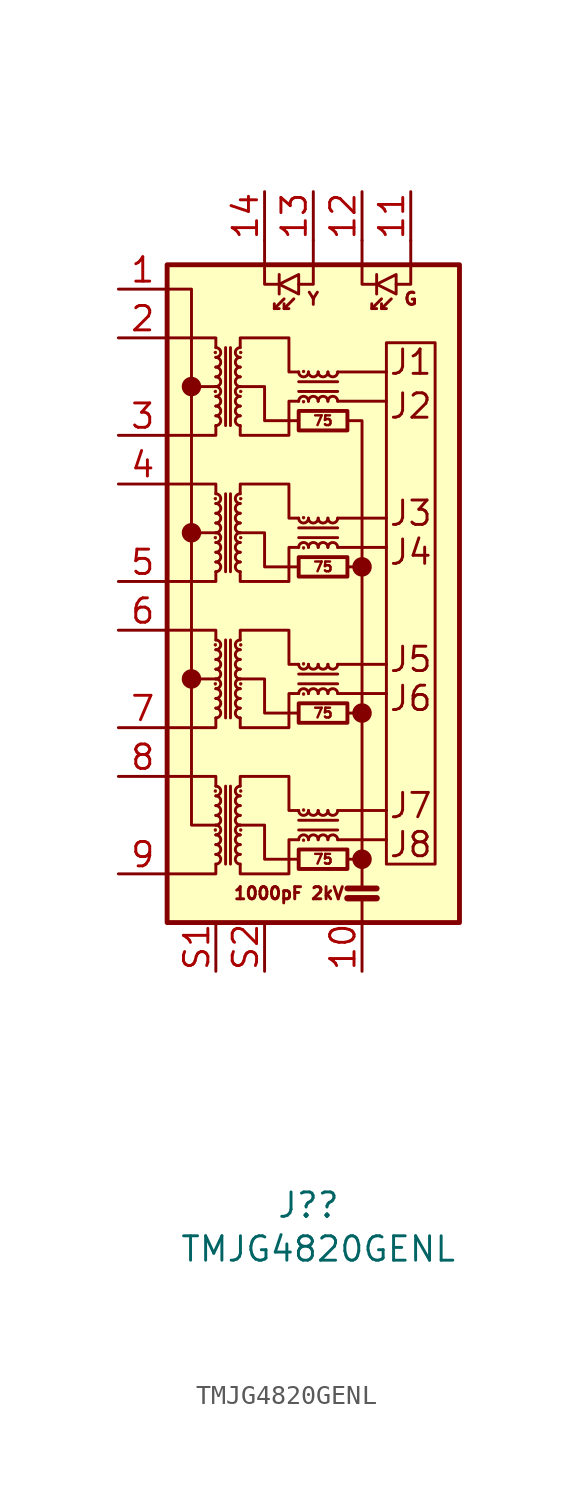
<source format=kicad_sym>
(kicad_symbol_lib
  (version 20241209)
  (generator "kicad_symbol_editor")
  (generator_version "9.0")
  (symbol "TMJG4820GENL"
    (pin_names
      (offset 0)
      (hide yes))
    (property "Reference" "J?"
      (at -0.254 -28.702 0)
      (effects (font (size 1.27 1.27))))
    (property "Value" "TMJG4820GENL"
      (at 0.254 -30.988 0)
      (effects (font (size 1.27 1.27))))
    (symbol "TMJG4820GENL_0_0"
      (circle (center -6.35 13.97) (radius 0.0001) (stroke (width 0.508) (type default)) (fill (type none)))
      (polyline (pts (xy -6.35 13.97) (xy -5.08 13.97)) (stroke (width 0) (type default)) (fill (type none)))
      (circle (center -6.35 6.35) (radius 0.0001) (stroke (width 0.508) (type default)) (fill (type none)))
      (circle (center -6.35 -1.27) (radius 0.0001) (stroke (width 0.508) (type default)) (fill (type none)))
      (polyline (pts (xy -6.35 -1.27) (xy -5.08 -1.27)) (stroke (width 0) (type default)) (fill (type none)))
      (polyline (pts (xy -5.08 6.35) (xy -6.35 6.35)) (stroke (width 0) (type default)) (fill (type none)))
      (polyline (pts (xy -0.762 12.192) (xy -2.54 12.192) (xy -2.54 13.97) (xy -3.81 13.97)) (stroke (width 0) (type default)) (fill (type none)))
      (polyline (pts (xy -0.762 4.572) (xy -2.54 4.572) (xy -2.54 6.35) (xy -3.81 6.35)) (stroke (width 0) (type default)) (fill (type none)))
      (polyline (pts (xy -0.762 -3.048) (xy -2.54 -3.048) (xy -2.54 -1.27) (xy -3.81 -1.27)) (stroke (width 0) (type default)) (fill (type none)))
      (polyline (pts (xy -0.762 -10.668) (xy -2.54 -10.668) (xy -2.54 -8.89) (xy -3.81 -8.89)) (stroke (width 0) (type default)) (fill (type none)))
      (polyline (pts (xy 1.27 14.732) (xy 3.81 14.732)) (stroke (width 0) (type default)) (fill (type none)))
      (polyline (pts (xy 1.27 13.208) (xy 3.81 13.208)) (stroke (width 0) (type default)) (fill (type none)))
      (polyline (pts (xy 1.27 7.112) (xy 3.81 7.112)) (stroke (width 0) (type default)) (fill (type none)))
      (polyline (pts (xy 1.27 5.588) (xy 3.81 5.588)) (stroke (width 0) (type default)) (fill (type none)))
      (polyline (pts (xy 1.27 -0.508) (xy 3.81 -0.508)) (stroke (width 0) (type default)) (fill (type none)))
      (polyline (pts (xy 1.27 -2.032) (xy 3.81 -2.032)) (stroke (width 0) (type default)) (fill (type none)))
      (polyline (pts (xy 1.27 -8.128) (xy 3.81 -8.128)) (stroke (width 0) (type default)) (fill (type none)))
      (polyline (pts (xy 1.27 -9.652) (xy 3.81 -9.652)) (stroke (width 0) (type default)) (fill (type none)))
      (polyline (pts (xy 1.778 -10.668) (xy 2.54 -10.668)) (stroke (width 0) (type default)) (fill (type none)))
      (circle (center 2.54 4.572) (radius 0.0001) (stroke (width 0.508) (type default)) (fill (type none)))
      (circle (center 2.54 -3.048) (radius 0.0001) (stroke (width 0.508) (type default)) (fill (type none)))
      (circle (center 2.54 -10.668) (radius 0.0001) (stroke (width 0.508) (type default)) (fill (type none)))
      (text "1000pF 2kV" (at -1.27 -12.446 0) (effects (font (size 0.635 0.635))))
      (text "75" (at 0.508 12.192 0) (effects (font (size 0.508 0.508))))
      (text "75" (at 0.508 4.572 0) (effects (font (size 0.508 0.508))))
      (text "75" (at 0.508 -3.048 0) (effects (font (size 0.508 0.508))))
      (text "75" (at 0.508 -10.668 0) (effects (font (size 0.508 0.508))))
      (text "J1" (at 5.08 15.24 0) (effects (font (size 1.27 1.27))))
      (text "J2" (at 5.08 12.954 0) (effects (font (size 1.27 1.27))))
      (text "J3" (at 5.08 7.366 0) (effects (font (size 1.27 1.27))))
      (text "J4" (at 5.08 5.334 0) (effects (font (size 1.27 1.27))))
      (text "J5" (at 5.08 -0.254 0) (effects (font (size 1.27 1.27))))
      (text "J6" (at 5.08 -2.286 0) (effects (font (size 1.27 1.27))))
      (text "J7" (at 5.08 -7.874 0) (effects (font (size 1.27 1.27))))
      (text "J8" (at 5.08 -9.906 0) (effects (font (size 1.27 1.27)))))
    (symbol "TMJG4820GENL_0_1"
      (polyline (pts (xy -7.62 19.05) (xy -6.35 19.05) (xy -6.35 -8.89) (xy -5.08 -8.89)) (stroke (width 0) (type default)) (fill (type none)))
      (circle (center -5.105 15.748) (radius 0.076) (stroke (width 0.025) (type default)) (fill (type outline)))
      (circle (center -5.105 13.716) (radius 0.076) (stroke (width 0.025) (type default)) (fill (type outline)))
      (circle (center -5.105 8.128) (radius 0.076) (stroke (width 0.025) (type default)) (fill (type outline)))
      (circle (center -5.105 6.096) (radius 0.076) (stroke (width 0.025) (type default)) (fill (type outline)))
      (circle (center -5.105 0.508) (radius 0.076) (stroke (width 0.025) (type default)) (fill (type outline)))
      (circle (center -5.105 -1.524) (radius 0.076) (stroke (width 0.025) (type default)) (fill (type outline)))
      (circle (center -5.105 -7.112) (radius 0.076) (stroke (width 0.025) (type default)) (fill (type outline)))
      (circle (center -5.105 -9.144) (radius 0.076) (stroke (width 0.025) (type default)) (fill (type outline)))
      (arc (start -5.08 16.002) (mid -4.827 15.748) (end -5.08 15.494) (stroke (width 0) (type default)) (fill (type none)))
      (arc (start -5.08 14.986) (mid -4.827 14.732) (end -5.08 14.478) (stroke (width 0) (type default)) (fill (type none)))
      (arc (start -5.08 14.478) (mid -4.827 14.224) (end -5.08 13.97) (stroke (width 0) (type default)) (fill (type none)))
      (arc (start -5.08 13.97) (mid -4.827 13.716) (end -5.08 13.462) (stroke (width 0) (type default)) (fill (type none)))
      (arc (start -5.08 13.462) (mid -4.827 13.208) (end -5.08 12.954) (stroke (width 0) (type default)) (fill (type none)))
      (arc (start -5.08 12.446) (mid -4.827 12.192) (end -5.08 11.938) (stroke (width 0) (type default)) (fill (type none)))
      (arc (start -5.08 8.382) (mid -4.827 8.128) (end -5.08 7.874) (stroke (width 0) (type default)) (fill (type none)))
      (arc (start -5.08 7.366) (mid -4.827 7.112) (end -5.08 6.858) (stroke (width 0) (type default)) (fill (type none)))
      (arc (start -5.08 6.858) (mid -4.827 6.604) (end -5.08 6.35) (stroke (width 0) (type default)) (fill (type none)))
      (arc (start -5.08 6.35) (mid -4.827 6.096) (end -5.08 5.842) (stroke (width 0) (type default)) (fill (type none)))
      (arc (start -5.08 5.842) (mid -4.827 5.588) (end -5.08 5.334) (stroke (width 0) (type default)) (fill (type none)))
      (arc (start -5.08 4.826) (mid -4.827 4.572) (end -5.08 4.318) (stroke (width 0) (type default)) (fill (type none)))
      (arc (start -5.08 0.762) (mid -4.827 0.508) (end -5.08 0.254) (stroke (width 0) (type default)) (fill (type none)))
      (arc (start -5.08 -0.254) (mid -4.827 -0.508) (end -5.08 -0.762) (stroke (width 0) (type default)) (fill (type none)))
      (arc (start -5.08 -0.762) (mid -4.827 -1.016) (end -5.08 -1.27) (stroke (width 0) (type default)) (fill (type none)))
      (arc (start -5.08 -1.27) (mid -4.827 -1.524) (end -5.08 -1.778) (stroke (width 0) (type default)) (fill (type none)))
      (arc (start -5.08 -1.778) (mid -4.827 -2.032) (end -5.08 -2.286) (stroke (width 0) (type default)) (fill (type none)))
      (arc (start -5.08 -2.794) (mid -4.827 -3.048) (end -5.08 -3.302) (stroke (width 0) (type default)) (fill (type none)))
      (arc (start -5.08 -6.858) (mid -4.827 -7.112) (end -5.08 -7.366) (stroke (width 0) (type default)) (fill (type none)))
      (arc (start -5.08 -7.874) (mid -4.827 -8.128) (end -5.08 -8.382) (stroke (width 0) (type default)) (fill (type none)))
      (arc (start -5.08 -8.382) (mid -4.827 -8.636) (end -5.08 -8.89) (stroke (width 0) (type default)) (fill (type none)))
      (arc (start -5.08 -8.89) (mid -4.827 -9.144) (end -5.08 -9.398) (stroke (width 0) (type default)) (fill (type none)))
      (arc (start -5.08 -9.398) (mid -4.827 -9.652) (end -5.08 -9.906) (stroke (width 0) (type default)) (fill (type none)))
      (arc (start -5.08 -10.414) (mid -4.827 -10.668) (end -5.08 -10.922) (stroke (width 0) (type default)) (fill (type none)))
      (polyline (pts (xy -5.08 16.002) (xy -5.08 16.51) (xy -7.62 16.51)) (stroke (width 0) (type default)) (fill (type none)))
      (arc (start -5.08 15.494) (mid -4.826 15.24) (end -5.08 14.986) (stroke (width 0) (type default)) (fill (type none)))
      (arc (start -5.08 12.954) (mid -4.826 12.7) (end -5.08 12.446) (stroke (width 0) (type default)) (fill (type none)))
      (polyline (pts (xy -5.08 11.938) (xy -5.08 11.43) (xy -7.62 11.43)) (stroke (width 0) (type default)) (fill (type none)))
      (polyline (pts (xy -5.08 8.382) (xy -5.08 8.89) (xy -7.62 8.89)) (stroke (width 0) (type default)) (fill (type none)))
      (arc (start -5.08 7.874) (mid -4.826 7.62) (end -5.08 7.366) (stroke (width 0) (type default)) (fill (type none)))
      (arc (start -5.08 5.334) (mid -4.826 5.08) (end -5.08 4.826) (stroke (width 0) (type default)) (fill (type none)))
      (polyline (pts (xy -5.08 4.318) (xy -5.08 3.81) (xy -7.62 3.81)) (stroke (width 0) (type default)) (fill (type none)))
      (polyline (pts (xy -5.08 0.762) (xy -5.08 1.27) (xy -7.62 1.27)) (stroke (width 0) (type default)) (fill (type none)))
      (arc (start -5.08 0.254) (mid -4.826 0) (end -5.08 -0.254) (stroke (width 0) (type default)) (fill (type none)))
      (arc (start -5.08 -2.286) (mid -4.826 -2.54) (end -5.08 -2.794) (stroke (width 0) (type default)) (fill (type none)))
      (polyline (pts (xy -5.08 -3.302) (xy -5.08 -3.81) (xy -7.62 -3.81)) (stroke (width 0) (type default)) (fill (type none)))
      (polyline (pts (xy -5.08 -6.858) (xy -5.08 -6.35) (xy -7.62 -6.35)) (stroke (width 0) (type default)) (fill (type none)))
      (arc (start -5.08 -7.366) (mid -4.826 -7.62) (end -5.08 -7.874) (stroke (width 0) (type default)) (fill (type none)))
      (arc (start -5.08 -9.906) (mid -4.826 -10.16) (end -5.08 -10.414) (stroke (width 0) (type default)) (fill (type none)))
      (polyline (pts (xy -5.08 -10.922) (xy -5.08 -11.43) (xy -7.62 -11.43)) (stroke (width 0) (type default)) (fill (type none)))
      (polyline (pts (xy -4.572 11.938) (xy -4.572 16.002)) (stroke (width 0) (type default)) (fill (type none)))
      (polyline (pts (xy -4.572 4.318) (xy -4.572 8.382)) (stroke (width 0) (type default)) (fill (type none)))
      (polyline (pts (xy -4.572 -3.302) (xy -4.572 0.762)) (stroke (width 0) (type default)) (fill (type none)))
      (polyline (pts (xy -4.572 -10.922) (xy -4.572 -6.858)) (stroke (width 0) (type default)) (fill (type none)))
      (polyline (pts (xy -4.318 16.002) (xy -4.318 11.938)) (stroke (width 0) (type default)) (fill (type none)))
      (polyline (pts (xy -4.318 8.382) (xy -4.318 4.318)) (stroke (width 0) (type default)) (fill (type none)))
      (polyline (pts (xy -4.318 0.762) (xy -4.318 -3.302)) (stroke (width 0) (type default)) (fill (type none)))
      (polyline (pts (xy -4.318 -6.858) (xy -4.318 -10.922)) (stroke (width 0) (type default)) (fill (type none)))
      (polyline (pts (xy -3.81 11.938) (xy -3.81 11.43) (xy -1.27 11.43) (xy -1.27 13.208) (xy -0.762 13.208)) (stroke (width 0) (type default)) (fill (type none)))
      (polyline (pts (xy -3.81 4.318) (xy -3.81 3.81) (xy -1.27 3.81) (xy -1.27 5.588) (xy -0.762 5.588)) (stroke (width 0) (type default)) (fill (type none)))
      (polyline (pts (xy -3.81 -3.302) (xy -3.81 -3.81) (xy -1.27 -3.81) (xy -1.27 -2.032) (xy -0.762 -2.032)) (stroke (width 0) (type default)) (fill (type none)))
      (polyline (pts (xy -3.81 -10.922) (xy -3.81 -11.43) (xy -1.27 -11.43) (xy -1.27 -9.652) (xy -0.762 -9.652)) (stroke (width 0) (type default)) (fill (type none)))
      (arc (start -3.81 15.494) (mid -4.063 15.748) (end -3.81 16.002) (stroke (width 0) (type default)) (fill (type none)))
      (arc (start -3.81 14.986) (mid -4.063 15.24) (end -3.81 15.494) (stroke (width 0) (type default)) (fill (type none)))
      (arc (start -3.81 14.478) (mid -4.063 14.732) (end -3.81 14.986) (stroke (width 0) (type default)) (fill (type none)))
      (arc (start -3.81 13.97) (mid -4.063 14.224) (end -3.81 14.478) (stroke (width 0) (type default)) (fill (type none)))
      (arc (start -3.81 13.462) (mid -4.063 13.716) (end -3.81 13.97) (stroke (width 0) (type default)) (fill (type none)))
      (arc (start -3.81 12.954) (mid -4.063 13.208) (end -3.81 13.462) (stroke (width 0) (type default)) (fill (type none)))
      (arc (start -3.81 12.446) (mid -4.063 12.7) (end -3.81 12.954) (stroke (width 0) (type default)) (fill (type none)))
      (arc (start -3.81 11.938) (mid -4.063 12.192) (end -3.81 12.446) (stroke (width 0) (type default)) (fill (type none)))
      (arc (start -3.81 7.874) (mid -4.063 8.128) (end -3.81 8.382) (stroke (width 0) (type default)) (fill (type none)))
      (arc (start -3.81 7.366) (mid -4.063 7.62) (end -3.81 7.874) (stroke (width 0) (type default)) (fill (type none)))
      (arc (start -3.81 6.858) (mid -4.063 7.112) (end -3.81 7.366) (stroke (width 0) (type default)) (fill (type none)))
      (arc (start -3.81 6.35) (mid -4.063 6.604) (end -3.81 6.858) (stroke (width 0) (type default)) (fill (type none)))
      (arc (start -3.81 5.842) (mid -4.063 6.096) (end -3.81 6.35) (stroke (width 0) (type default)) (fill (type none)))
      (arc (start -3.81 5.334) (mid -4.063 5.588) (end -3.81 5.842) (stroke (width 0) (type default)) (fill (type none)))
      (arc (start -3.81 4.826) (mid -4.063 5.08) (end -3.81 5.334) (stroke (width 0) (type default)) (fill (type none)))
      (arc (start -3.81 4.318) (mid -4.063 4.572) (end -3.81 4.826) (stroke (width 0) (type default)) (fill (type none)))
      (arc (start -3.81 0.254) (mid -4.063 0.508) (end -3.81 0.762) (stroke (width 0) (type default)) (fill (type none)))
      (arc (start -3.81 -0.254) (mid -4.063 0) (end -3.81 0.254) (stroke (width 0) (type default)) (fill (type none)))
      (arc (start -3.81 -0.762) (mid -4.063 -0.508) (end -3.81 -0.254) (stroke (width 0) (type default)) (fill (type none)))
      (arc (start -3.81 -1.27) (mid -4.063 -1.016) (end -3.81 -0.762) (stroke (width 0) (type default)) (fill (type none)))
      (arc (start -3.81 -1.778) (mid -4.063 -1.524) (end -3.81 -1.27) (stroke (width 0) (type default)) (fill (type none)))
      (arc (start -3.81 -2.286) (mid -4.063 -2.032) (end -3.81 -1.778) (stroke (width 0) (type default)) (fill (type none)))
      (arc (start -3.81 -2.794) (mid -4.063 -2.54) (end -3.81 -2.286) (stroke (width 0) (type default)) (fill (type none)))
      (arc (start -3.81 -3.302) (mid -4.063 -3.048) (end -3.81 -2.794) (stroke (width 0) (type default)) (fill (type none)))
      (arc (start -3.81 -7.366) (mid -4.063 -7.112) (end -3.81 -6.858) (stroke (width 0) (type default)) (fill (type none)))
      (arc (start -3.81 -7.874) (mid -4.063 -7.62) (end -3.81 -7.366) (stroke (width 0) (type default)) (fill (type none)))
      (arc (start -3.81 -8.382) (mid -4.063 -8.128) (end -3.81 -7.874) (stroke (width 0) (type default)) (fill (type none)))
      (arc (start -3.81 -8.89) (mid -4.063 -8.636) (end -3.81 -8.382) (stroke (width 0) (type default)) (fill (type none)))
      (arc (start -3.81 -9.398) (mid -4.063 -9.144) (end -3.81 -8.89) (stroke (width 0) (type default)) (fill (type none)))
      (arc (start -3.81 -9.906) (mid -4.063 -9.652) (end -3.81 -9.398) (stroke (width 0) (type default)) (fill (type none)))
      (arc (start -3.81 -10.414) (mid -4.063 -10.16) (end -3.81 -9.906) (stroke (width 0) (type default)) (fill (type none)))
      (arc (start -3.81 -10.922) (mid -4.063 -10.668) (end -3.81 -10.414) (stroke (width 0) (type default)) (fill (type none)))
      (circle (center -3.785 15.748) (radius 0.076) (stroke (width 0.025) (type default)) (fill (type outline)))
      (circle (center -3.785 13.716) (radius 0.076) (stroke (width 0.025) (type default)) (fill (type outline)))
      (circle (center -3.785 8.128) (radius 0.076) (stroke (width 0.025) (type default)) (fill (type outline)))
      (circle (center -3.785 6.096) (radius 0.076) (stroke (width 0.025) (type default)) (fill (type outline)))
      (circle (center -3.785 0.508) (radius 0.076) (stroke (width 0.025) (type default)) (fill (type outline)))
      (circle (center -3.785 -1.524) (radius 0.076) (stroke (width 0.025) (type default)) (fill (type outline)))
      (circle (center -3.785 -7.112) (radius 0.076) (stroke (width 0.025) (type default)) (fill (type outline)))
      (circle (center -3.785 -9.144) (radius 0.076) (stroke (width 0.025) (type default)) (fill (type outline)))
      (polyline (pts (xy -2.54 21.59) (xy -2.54 19.304) (xy -1.778 19.304)) (stroke (width 0) (type default)) (fill (type none)))
      (polyline (pts (xy -2.032 18.288) (xy -2.032 18.034) (xy -1.778 18.034)) (stroke (width 0) (type default)) (fill (type none)))
      (polyline (pts (xy -2.032 18.034) (xy -1.524 18.542)) (stroke (width 0) (type default)) (fill (type none)))
      (polyline (pts (xy -1.778 19.812) (xy -1.778 18.796)) (stroke (width 0) (type default)) (fill (type none)))
      (polyline (pts (xy -1.778 19.304) (xy -0.762 19.812) (xy -0.762 18.796) (xy -1.778 19.304)) (stroke (width 0) (type default)) (fill (type none)))
      (polyline (pts (xy -1.524 18.288) (xy -1.524 18.034) (xy -1.27 18.034)) (stroke (width 0) (type default)) (fill (type none)))
      (polyline (pts (xy -1.524 18.034) (xy -1.016 18.542)) (stroke (width 0) (type default)) (fill (type none)))
      (polyline (pts (xy -0.762 14.732) (xy -1.27 14.732) (xy -1.27 16.51) (xy -3.81 16.51) (xy -3.81 16.002)) (stroke (width 0) (type default)) (fill (type none)))
      (polyline (pts (xy -0.762 14.224) (xy 1.27 14.224)) (stroke (width 0) (type default)) (fill (type none)))
      (polyline (pts (xy -0.762 7.112) (xy -1.27 7.112) (xy -1.27 8.89) (xy -3.81 8.89) (xy -3.81 8.382)) (stroke (width 0) (type default)) (fill (type none)))
      (polyline (pts (xy -0.762 6.604) (xy 1.27 6.604)) (stroke (width 0) (type default)) (fill (type none)))
      (polyline (pts (xy -0.762 -0.508) (xy -1.27 -0.508) (xy -1.27 1.27) (xy -3.81 1.27) (xy -3.81 0.762)) (stroke (width 0) (type default)) (fill (type none)))
      (polyline (pts (xy -0.762 -1.016) (xy 1.27 -1.016)) (stroke (width 0) (type default)) (fill (type none)))
      (polyline (pts (xy -0.762 -8.128) (xy -1.27 -8.128) (xy -1.27 -6.35) (xy -3.81 -6.35) (xy -3.81 -6.858)) (stroke (width 0) (type default)) (fill (type none)))
      (polyline (pts (xy -0.762 -8.636) (xy 1.27 -8.636)) (stroke (width 0) (type default)) (fill (type none)))
      (circle (center -0.508 14.757) (radius 0.076) (stroke (width 0.025) (type default)) (fill (type outline)))
      (arc (start -0.254 14.732) (mid -0.508 14.4791) (end -0.762 14.732) (stroke (width 0) (type default)) (fill (type none)))
      (arc (start -0.762 13.208) (mid -0.508 13.4609) (end -0.254 13.208) (stroke (width 0) (type default)) (fill (type none)))
      (circle (center -0.508 13.183) (radius 0.076) (stroke (width 0.025) (type default)) (fill (type outline)))
      (circle (center -0.508 7.137) (radius 0.076) (stroke (width 0.025) (type default)) (fill (type outline)))
      (arc (start -0.254 7.112) (mid -0.508 6.8591) (end -0.762 7.112) (stroke (width 0) (type default)) (fill (type none)))
      (arc (start -0.762 5.588) (mid -0.508 5.8409) (end -0.254 5.588) (stroke (width 0) (type default)) (fill (type none)))
      (circle (center -0.508 5.563) (radius 0.076) (stroke (width 0.025) (type default)) (fill (type outline)))
      (circle (center -0.508 -0.483) (radius 0.076) (stroke (width 0.025) (type default)) (fill (type outline)))
      (arc (start -0.254 -0.508) (mid -0.508 -0.7609) (end -0.762 -0.508) (stroke (width 0) (type default)) (fill (type none)))
      (arc (start -0.762 -2.032) (mid -0.508 -1.7791) (end -0.254 -2.032) (stroke (width 0) (type default)) (fill (type none)))
      (circle (center -0.508 -2.057) (radius 0.076) (stroke (width 0.025) (type default)) (fill (type outline)))
      (circle (center -0.508 -8.103) (radius 0.076) (stroke (width 0.025) (type default)) (fill (type outline)))
      (arc (start -0.254 -8.128) (mid -0.508 -8.3809) (end -0.762 -8.128) (stroke (width 0) (type default)) (fill (type none)))
      (arc (start -0.762 -9.652) (mid -0.508 -9.3991) (end -0.254 -9.652) (stroke (width 0) (type default)) (fill (type none)))
      (circle (center -0.508 -9.677) (radius 0.076) (stroke (width 0.025) (type default)) (fill (type outline)))
      (polyline (pts (xy 0 21.59) (xy 0 19.304) (xy -0.762 19.304)) (stroke (width 0) (type default)) (fill (type none)))
      (arc (start 0.254 14.732) (mid 0 14.4791) (end -0.254 14.732) (stroke (width 0) (type default)) (fill (type none)))
      (arc (start -0.254 13.208) (mid 0 13.4609) (end 0.254 13.208) (stroke (width 0) (type default)) (fill (type none)))
      (arc (start 0.254 7.112) (mid 0 6.8591) (end -0.254 7.112) (stroke (width 0) (type default)) (fill (type none)))
      (arc (start -0.254 5.588) (mid 0 5.8409) (end 0.254 5.588) (stroke (width 0) (type default)) (fill (type none)))
      (arc (start 0.254 -0.508) (mid 0 -0.7609) (end -0.254 -0.508) (stroke (width 0) (type default)) (fill (type none)))
      (arc (start -0.254 -2.032) (mid 0 -1.7791) (end 0.254 -2.032) (stroke (width 0) (type default)) (fill (type none)))
      (arc (start 0.254 -8.128) (mid 0 -8.3809) (end -0.254 -8.128) (stroke (width 0) (type default)) (fill (type none)))
      (arc (start -0.254 -9.652) (mid 0 -9.3991) (end 0.254 -9.652) (stroke (width 0) (type default)) (fill (type none)))
      (arc (start 0.762 14.732) (mid 0.508 14.4791) (end 0.254 14.732) (stroke (width 0) (type default)) (fill (type none)))
      (arc (start 0.254 13.208) (mid 0.508 13.4609) (end 0.762 13.208) (stroke (width 0) (type default)) (fill (type none)))
      (arc (start 0.762 7.112) (mid 0.508 6.8591) (end 0.254 7.112) (stroke (width 0) (type default)) (fill (type none)))
      (arc (start 0.254 5.588) (mid 0.508 5.8409) (end 0.762 5.588) (stroke (width 0) (type default)) (fill (type none)))
      (arc (start 0.762 -0.508) (mid 0.508 -0.7609) (end 0.254 -0.508) (stroke (width 0) (type default)) (fill (type none)))
      (arc (start 0.254 -2.032) (mid 0.508 -1.7791) (end 0.762 -2.032) (stroke (width 0) (type default)) (fill (type none)))
      (arc (start 0.762 -8.128) (mid 0.508 -8.3809) (end 0.254 -8.128) (stroke (width 0) (type default)) (fill (type none)))
      (arc (start 0.254 -9.652) (mid 0.508 -9.3991) (end 0.762 -9.652) (stroke (width 0) (type default)) (fill (type none)))
      (arc (start 1.27 14.732) (mid 1.016 14.4791) (end 0.762 14.732) (stroke (width 0) (type default)) (fill (type none)))
      (arc (start 0.762 13.208) (mid 1.016 13.4609) (end 1.27 13.208) (stroke (width 0) (type default)) (fill (type none)))
      (arc (start 1.27 7.112) (mid 1.016 6.8591) (end 0.762 7.112) (stroke (width 0) (type default)) (fill (type none)))
      (arc (start 0.762 5.588) (mid 1.016 5.8409) (end 1.27 5.588) (stroke (width 0) (type default)) (fill (type none)))
      (arc (start 1.27 -0.508) (mid 1.016 -0.7609) (end 0.762 -0.508) (stroke (width 0) (type default)) (fill (type none)))
      (arc (start 0.762 -2.032) (mid 1.016 -1.7791) (end 1.27 -2.032) (stroke (width 0) (type default)) (fill (type none)))
      (arc (start 1.27 -8.128) (mid 1.016 -8.3809) (end 0.762 -8.128) (stroke (width 0) (type default)) (fill (type none)))
      (arc (start 0.762 -9.652) (mid 1.016 -9.3991) (end 1.27 -9.652) (stroke (width 0) (type default)) (fill (type none)))
      (polyline (pts (xy 1.27 13.716) (xy -0.762 13.716)) (stroke (width 0) (type default)) (fill (type none)))
      (polyline (pts (xy 1.27 6.096) (xy -0.762 6.096)) (stroke (width 0) (type default)) (fill (type none)))
      (polyline (pts (xy 1.27 -1.524) (xy -0.762 -1.524)) (stroke (width 0) (type default)) (fill (type none)))
      (polyline (pts (xy 1.27 -9.144) (xy -0.762 -9.144)) (stroke (width 0) (type default)) (fill (type none)))
      (rectangle (start 1.778 11.684) (end -0.762 12.7) (stroke (width 0.203) (type default)) (fill (type none)))
      (rectangle (start 1.778 4.064) (end -0.762 5.08) (stroke (width 0.203) (type default)) (fill (type none)))
      (polyline (pts (xy 1.778 -3.048) (xy 2.54 -3.048)) (stroke (width 0) (type default)) (fill (type none)))
      (rectangle (start 1.778 -3.556) (end -0.762 -2.54) (stroke (width 0.203) (type default)) (fill (type none)))
      (rectangle (start 1.778 -11.176) (end -0.762 -10.16) (stroke (width 0.203) (type default)) (fill (type none)))
      (polyline (pts (xy 2.54 21.59) (xy 2.54 19.304) (xy 3.302 19.304)) (stroke (width 0) (type default)) (fill (type none)))
      (polyline (pts (xy 2.54 4.572) (xy 1.778 4.572)) (stroke (width 0) (type default)) (fill (type none)))
      (polyline (pts (xy 2.54 -12.192) (xy 2.54 12.192) (xy 1.778 12.192)) (stroke (width 0) (type default)) (fill (type none)))
      (polyline (pts (xy 2.54 -13.97) (xy 2.54 -12.7)) (stroke (width 0) (type default)) (fill (type none)))
      (polyline (pts (xy 3.048 18.288) (xy 3.048 18.034) (xy 3.302 18.034)) (stroke (width 0) (type default)) (fill (type none)))
      (polyline (pts (xy 3.048 18.034) (xy 3.556 18.542)) (stroke (width 0) (type default)) (fill (type none)))
      (polyline (pts (xy 3.302 19.812) (xy 3.302 18.796)) (stroke (width 0) (type default)) (fill (type none)))
      (polyline (pts (xy 3.302 19.304) (xy 4.318 19.812) (xy 4.318 18.796) (xy 3.302 19.304)) (stroke (width 0) (type default)) (fill (type none)))
      (polyline (pts (xy 3.302 -12.192) (xy 1.778 -12.192)) (stroke (width 0.305) (type default)) (fill (type none)))
      (polyline (pts (xy 3.302 -12.7) (xy 1.778 -12.7)) (stroke (width 0.33) (type default)) (fill (type none)))
      (polyline (pts (xy 3.556 18.288) (xy 3.556 18.034) (xy 3.81 18.034)) (stroke (width 0) (type default)) (fill (type none)))
      (polyline (pts (xy 3.556 18.034) (xy 4.064 18.542)) (stroke (width 0) (type default)) (fill (type none)))
      (rectangle (start 3.81 -10.922) (end 6.35 16.256) (stroke (width 0) (type default)) (fill (type none)))
      (polyline (pts (xy 5.08 21.59) (xy 5.08 19.304) (xy 4.318 19.304)) (stroke (width 0) (type default)) (fill (type none)))
      (rectangle (start 7.62 20.32) (end -7.62 -13.97) (stroke (width 0.254) (type default)) (fill (type background))))
    (symbol "TMJG4820GENL_1_1"
      (text "Y" (at 0 18.542 0) (effects (font (size 0.635 0.635))))
      (text "G" (at 5.08 18.542 0) (effects (font (size 0.635 0.635))))
      (pin passive line (at -10.16 19.05 0) (length 2.54) (name "VCC" (effects (font (size 1.27 1.27)))) (number "1" (effects (font (size 1.27 1.27)))))
      (pin passive line (at -10.16 16.51 0) (length 2.54) (name "TD0+" (effects (font (size 1.27 1.27)))) (number "2" (effects (font (size 1.27 1.27)))))
      (pin passive line (at -10.16 11.43 0) (length 2.54) (name "TD0-" (effects (font (size 1.27 1.27)))) (number "3" (effects (font (size 1.27 1.27)))))
      (pin passive line (at -10.16 8.89 0) (length 2.54) (name "TD1+" (effects (font (size 1.27 1.27)))) (number "4" (effects (font (size 1.27 1.27)))))
      (pin passive line (at -10.16 3.81 0) (length 2.54) (name "TD1-" (effects (font (size 1.27 1.27)))) (number "5" (effects (font (size 1.27 1.27)))))
      (pin passive line (at -10.16 1.27 0) (length 2.54) (name "TD2+" (effects (font (size 1.27 1.27)))) (number "6" (effects (font (size 1.27 1.27)))))
      (pin passive line (at -10.16 -3.81 0) (length 2.54) (name "TD2-" (effects (font (size 1.27 1.27)))) (number "7" (effects (font (size 1.27 1.27)))))
      (pin passive line (at -10.16 -6.35 0) (length 2.54) (name "TD3+" (effects (font (size 1.27 1.27)))) (number "8" (effects (font (size 1.27 1.27)))))
      (pin passive line (at -10.16 -11.43 0) (length 2.54) (name "TD3-" (effects (font (size 1.27 1.27)))) (number "9" (effects (font (size 1.27 1.27)))))
      (pin passive line (at -5.08 -16.51 90) (length 2.54) (name "SHIELD" (effects (font (size 1.27 1.27)))) (number "S1" (effects (font (size 1.27 1.27)))))
      (pin passive line (at -2.54 24.13 270) (length 2.54) (name "~" (effects (font (size 1.27 1.27)))) (number "14" (effects (font (size 1.27 1.27)))))
      (pin passive line (at -2.54 -16.51 90) (length 2.54) (name "SHIELD" (effects (font (size 1.27 1.27)))) (number "S2" (effects (font (size 1.27 1.27)))))
      (pin passive line (at 0 24.13 270) (length 2.54) (name "~" (effects (font (size 1.27 1.27)))) (number "13" (effects (font (size 1.27 1.27)))))
      (pin passive line (at 2.54 24.13 270) (length 2.54) (name "~" (effects (font (size 1.27 1.27)))) (number "12" (effects (font (size 1.27 1.27)))))
      (pin power_in line (at 2.54 -16.51 90) (length 2.54) (name "GND" (effects (font (size 1.27 1.27)))) (number "10" (effects (font (size 1.27 1.27)))))
      (pin passive line (at 5.08 24.13 270) (length 2.54) (name "~" (effects (font (size 1.27 1.27)))) (number "11" (effects (font (size 1.27 1.27))))))))
</source>
